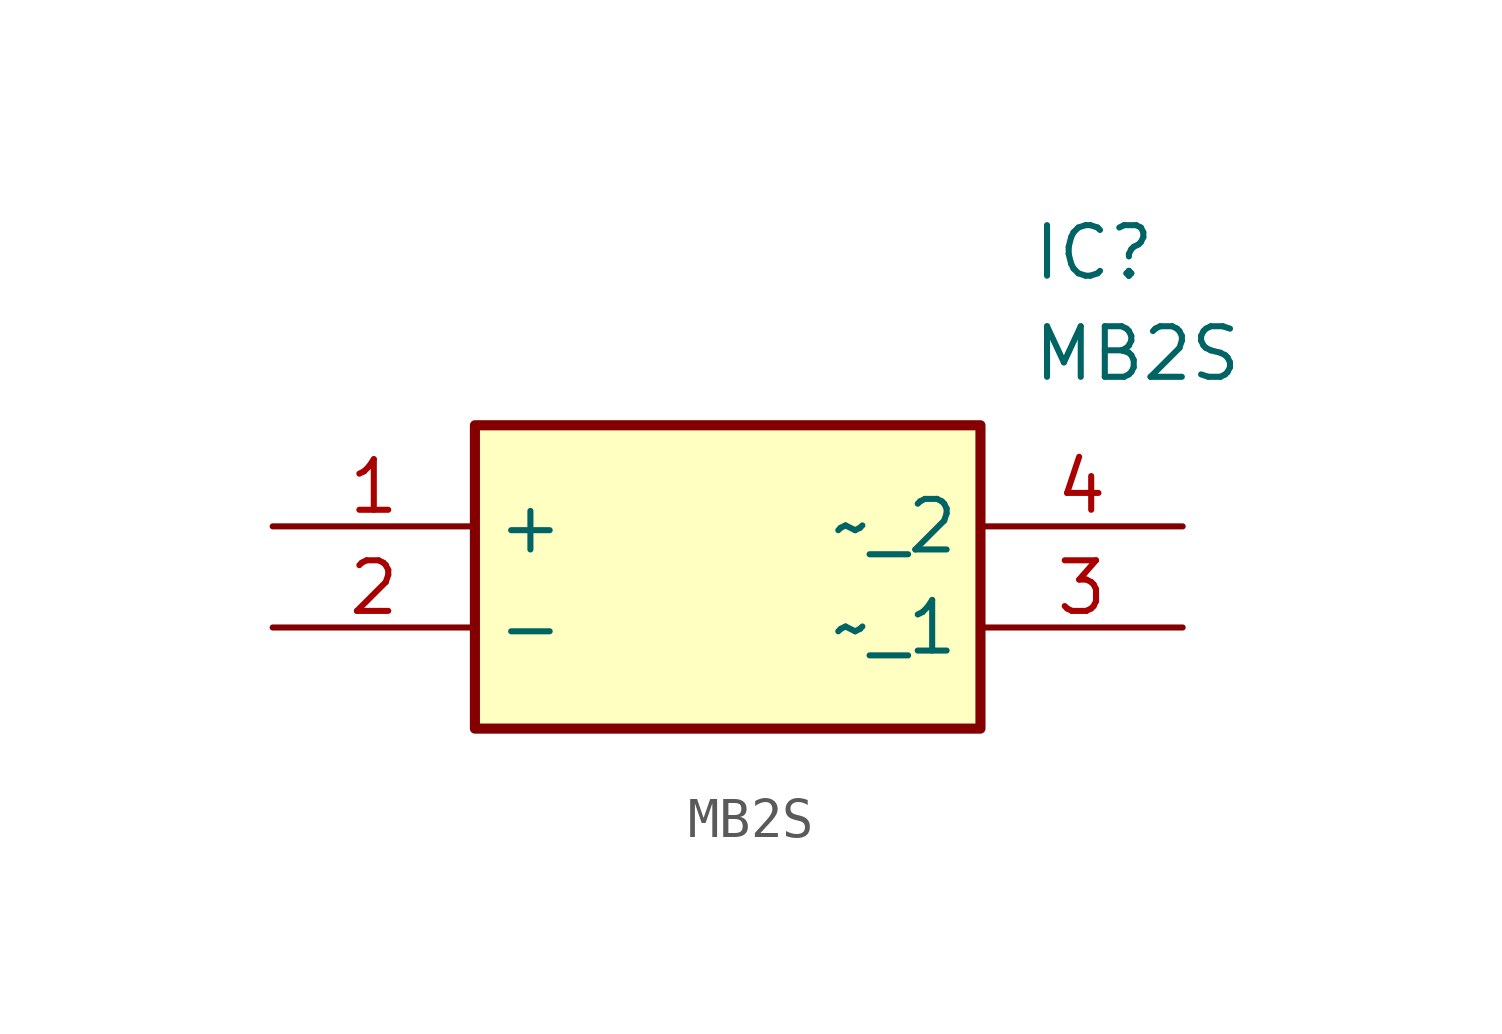
<source format=kicad_sym>
(kicad_symbol_lib
  (version 20211014)
  (generator SamacSys_ECAD_Model)
  (symbol "MB2S"
    (property "Reference" "IC"
      (at 19.05 7.62 0)
      (effects (font (size 1.27 1.27)) (justify left top)))
    (property "Value" "MB2S"
      (at 19.05 5.08 0)
      (effects (font (size 1.27 1.27)) (justify left top)))
    (rectangle
      (start 5.08 2.54)
      (end 17.78 -5.08)
      (stroke (width 0.254) (type default))
      (fill (type background)))
    (pin passive line
      (at 0 0 0)
      (length 5.08)
      (name "+" (effects (font (size 1.27 1.27))))
      (number "1" (effects (font (size 1.27 1.27)))))
    (pin passive line
      (at 0 -2.54 0)
      (length 5.08)
      (name "-" (effects (font (size 1.27 1.27))))
      (number "2" (effects (font (size 1.27 1.27)))))
    (pin passive line
      (at 22.86 0 180)
      (length 5.08)
      (name "~_2" (effects (font (size 1.27 1.27))))
      (number "4" (effects (font (size 1.27 1.27)))))
    (pin passive line
      (at 22.86 -2.54 180)
      (length 5.08)
      (name "~_1" (effects (font (size 1.27 1.27))))
      (number "3" (effects (font (size 1.27 1.27)))))))
</source>
